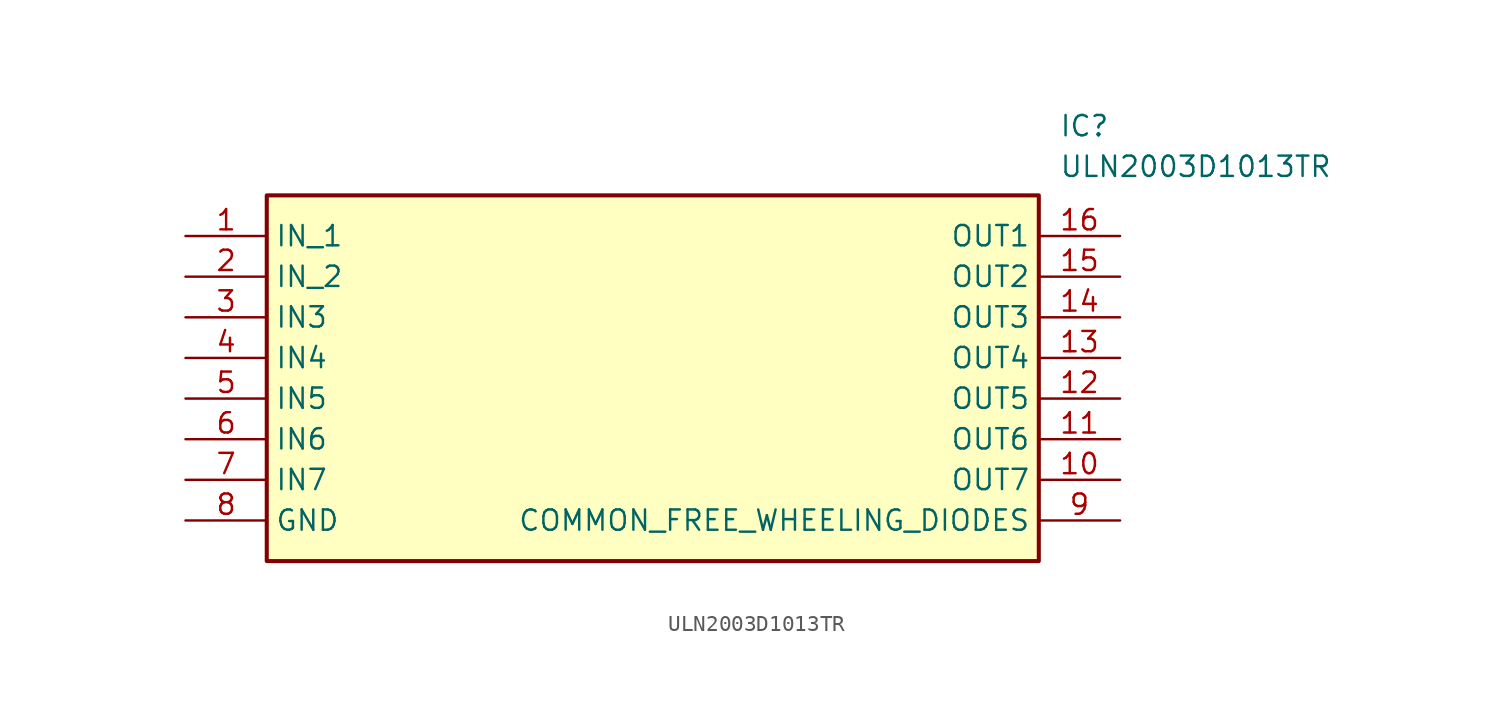
<source format=kicad_sym>
(kicad_symbol_lib
  (version 20211014)
  (generator SamacSys_ECAD_Model)
  (symbol "ULN2003D1013TR"
    (property "Reference" "IC"
      (at 54.61 7.62 0)
      (effects (font (size 1.27 1.27)) (justify left top)))
    (property "Value" "ULN2003D1013TR"
      (at 54.61 5.08 0)
      (effects (font (size 1.27 1.27)) (justify left top)))
    (rectangle
      (start 5.08 2.54)
      (end 53.34 -20.32)
      (stroke (width 0.254) (type default))
      (fill (type background)))
    (pin passive line
      (at 0 0 0)
      (length 5.08)
      (name "IN_1" (effects (font (size 1.27 1.27))))
      (number "1" (effects (font (size 1.27 1.27)))))
    (pin passive line
      (at 0 -2.54 0)
      (length 5.08)
      (name "IN_2" (effects (font (size 1.27 1.27))))
      (number "2" (effects (font (size 1.27 1.27)))))
    (pin passive line
      (at 0 -5.08 0)
      (length 5.08)
      (name "IN3" (effects (font (size 1.27 1.27))))
      (number "3" (effects (font (size 1.27 1.27)))))
    (pin passive line
      (at 0 -7.62 0)
      (length 5.08)
      (name "IN4" (effects (font (size 1.27 1.27))))
      (number "4" (effects (font (size 1.27 1.27)))))
    (pin passive line
      (at 0 -10.16 0)
      (length 5.08)
      (name "IN5" (effects (font (size 1.27 1.27))))
      (number "5" (effects (font (size 1.27 1.27)))))
    (pin passive line
      (at 0 -12.7 0)
      (length 5.08)
      (name "IN6" (effects (font (size 1.27 1.27))))
      (number "6" (effects (font (size 1.27 1.27)))))
    (pin passive line
      (at 0 -15.24 0)
      (length 5.08)
      (name "IN7" (effects (font (size 1.27 1.27))))
      (number "7" (effects (font (size 1.27 1.27)))))
    (pin passive line
      (at 0 -17.78 0)
      (length 5.08)
      (name "GND" (effects (font (size 1.27 1.27))))
      (number "8" (effects (font (size 1.27 1.27)))))
    (pin passive line
      (at 58.42 0 180)
      (length 5.08)
      (name "OUT1" (effects (font (size 1.27 1.27))))
      (number "16" (effects (font (size 1.27 1.27)))))
    (pin passive line
      (at 58.42 -2.54 180)
      (length 5.08)
      (name "OUT2" (effects (font (size 1.27 1.27))))
      (number "15" (effects (font (size 1.27 1.27)))))
    (pin passive line
      (at 58.42 -5.08 180)
      (length 5.08)
      (name "OUT3" (effects (font (size 1.27 1.27))))
      (number "14" (effects (font (size 1.27 1.27)))))
    (pin passive line
      (at 58.42 -7.62 180)
      (length 5.08)
      (name "OUT4" (effects (font (size 1.27 1.27))))
      (number "13" (effects (font (size 1.27 1.27)))))
    (pin passive line
      (at 58.42 -10.16 180)
      (length 5.08)
      (name "OUT5" (effects (font (size 1.27 1.27))))
      (number "12" (effects (font (size 1.27 1.27)))))
    (pin passive line
      (at 58.42 -12.7 180)
      (length 5.08)
      (name "OUT6" (effects (font (size 1.27 1.27))))
      (number "11" (effects (font (size 1.27 1.27)))))
    (pin passive line
      (at 58.42 -15.24 180)
      (length 5.08)
      (name "OUT7" (effects (font (size 1.27 1.27))))
      (number "10" (effects (font (size 1.27 1.27)))))
    (pin passive line
      (at 58.42 -17.78 180)
      (length 5.08)
      (name "COMMON_FREE_WHEELING_DIODES" (effects (font (size 1.27 1.27))))
      (number "9" (effects (font (size 1.27 1.27)))))))
</source>
